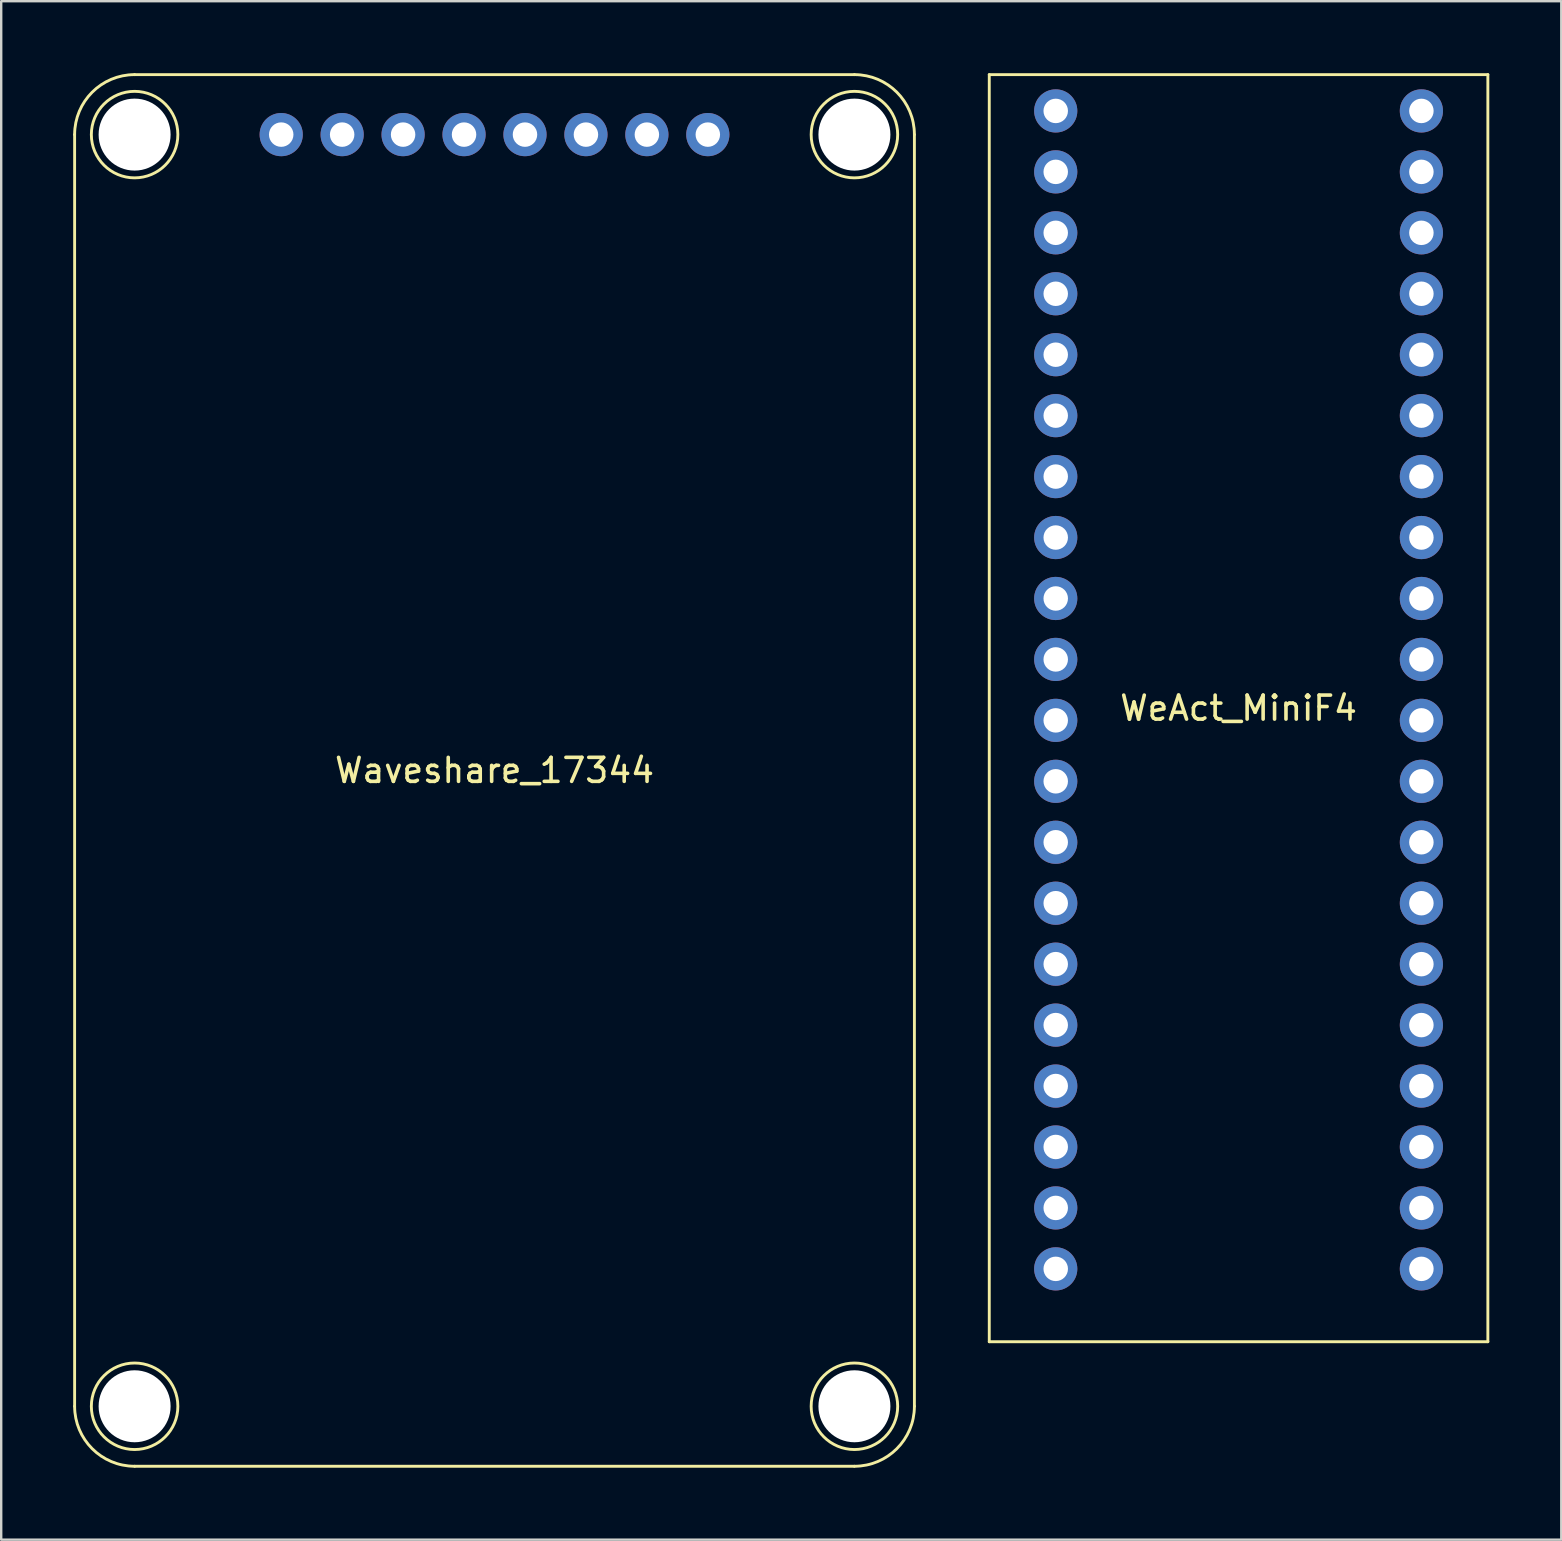
<source format=kicad_pcb>
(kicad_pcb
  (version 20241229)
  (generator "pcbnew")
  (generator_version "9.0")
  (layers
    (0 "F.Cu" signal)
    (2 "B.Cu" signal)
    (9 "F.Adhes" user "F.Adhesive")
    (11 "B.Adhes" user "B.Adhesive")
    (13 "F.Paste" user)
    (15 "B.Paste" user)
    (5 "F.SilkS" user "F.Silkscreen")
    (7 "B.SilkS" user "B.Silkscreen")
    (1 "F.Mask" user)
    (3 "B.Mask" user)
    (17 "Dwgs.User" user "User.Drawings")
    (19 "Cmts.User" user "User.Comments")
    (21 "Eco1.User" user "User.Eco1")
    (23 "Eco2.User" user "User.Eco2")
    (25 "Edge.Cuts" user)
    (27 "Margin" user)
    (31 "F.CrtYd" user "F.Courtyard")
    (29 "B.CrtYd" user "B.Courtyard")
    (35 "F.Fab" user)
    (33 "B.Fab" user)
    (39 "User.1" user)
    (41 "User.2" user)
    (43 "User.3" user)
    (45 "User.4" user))
  (footprint "WeAct_MiniF4"
    (layer "F.Cu")
    (at 48.57 26.465)
    (property "Reference" "WeAct_MiniF4" (at 0 0 0) (layer "F.SilkS") (effects (font (size 1 1) (thickness 0.15))))
    (attr through_hole)
    (fp_line (start -10.39 -26.405) (end -10.39 26.405) (stroke (width 0.12) (type solid)) (layer "F.SilkS"))
    (fp_line (start -10.39 -26.405) (end 10.39 -26.405) (stroke (width 0.12) (type solid)) (layer "F.SilkS"))
    (fp_line (start -10.39 26.405) (end 10.39 26.405) (stroke (width 0.12) (type solid)) (layer "F.SilkS"))
    (fp_line (start 10.39 -26.405) (end 10.39 26.405) (stroke (width 0.12) (type solid)) (layer "F.SilkS"))
    (pad "1" thru_hole circle (at -7.62 -24.892) (size 1.8 1.8) (drill 1.02) (layers "*.Cu" "*.Mask"))
    (pad "2" thru_hole circle (at -7.62 -22.352) (size 1.8 1.8) (drill 1.02) (layers "*.Cu" "*.Mask"))
    (pad "3" thru_hole circle (at -7.62 -19.812) (size 1.8 1.8) (drill 1.02) (layers "*.Cu" "*.Mask"))
    (pad "4" thru_hole circle (at -7.62 -17.272) (size 1.8 1.8) (drill 1.02) (layers "*.Cu" "*.Mask"))
    (pad "5" thru_hole circle (at -7.62 -14.732) (size 1.8 1.8) (drill 1.02) (layers "*.Cu" "*.Mask"))
    (pad "6" thru_hole circle (at -7.62 -12.192) (size 1.8 1.8) (drill 1.02) (layers "*.Cu" "*.Mask"))
    (pad "7" thru_hole circle (at -7.62 -9.652) (size 1.8 1.8) (drill 1.02) (layers "*.Cu" "*.Mask"))
    (pad "8" thru_hole circle (at -7.62 -7.112) (size 1.8 1.8) (drill 1.02) (layers "*.Cu" "*.Mask"))
    (pad "9" thru_hole circle (at -7.62 -4.572) (size 1.8 1.8) (drill 1.02) (layers "*.Cu" "*.Mask"))
    (pad "10" thru_hole circle (at -7.62 -2.032) (size 1.8 1.8) (drill 1.02) (layers "*.Cu" "*.Mask"))
    (pad "11" thru_hole circle (at -7.62 0.508) (size 1.8 1.8) (drill 1.02) (layers "*.Cu" "*.Mask"))
    (pad "12" thru_hole circle (at -7.62 3.048) (size 1.8 1.8) (drill 1.02) (layers "*.Cu" "*.Mask"))
    (pad "13" thru_hole circle (at -7.62 5.588) (size 1.8 1.8) (drill 1.02) (layers "*.Cu" "*.Mask"))
    (pad "14" thru_hole circle (at -7.62 8.128) (size 1.8 1.8) (drill 1.02) (layers "*.Cu" "*.Mask"))
    (pad "15" thru_hole circle (at -7.62 10.668) (size 1.8 1.8) (drill 1.02) (layers "*.Cu" "*.Mask"))
    (pad "16" thru_hole circle (at -7.62 13.208) (size 1.8 1.8) (drill 1.02) (layers "*.Cu" "*.Mask"))
    (pad "17" thru_hole circle (at -7.62 15.748) (size 1.8 1.8) (drill 1.02) (layers "*.Cu" "*.Mask"))
    (pad "18" thru_hole circle (at -7.62 18.288) (size 1.8 1.8) (drill 1.02) (layers "*.Cu" "*.Mask"))
    (pad "19" thru_hole circle (at -7.62 20.828) (size 1.8 1.8) (drill 1.02) (layers "*.Cu" "*.Mask"))
    (pad "20" thru_hole circle (at -7.62 23.368) (size 1.8 1.8) (drill 1.02) (layers "*.Cu" "*.Mask"))
    (pad "21" thru_hole circle (at 7.62 23.368) (size 1.8 1.8) (drill 1.02) (layers "*.Cu" "*.Mask"))
    (pad "22" thru_hole circle (at 7.62 20.828) (size 1.8 1.8) (drill 1.02) (layers "*.Cu" "*.Mask"))
    (pad "23" thru_hole circle (at 7.62 18.288) (size 1.8 1.8) (drill 1.02) (layers "*.Cu" "*.Mask"))
    (pad "24" thru_hole circle (at 7.62 15.748) (size 1.8 1.8) (drill 1.02) (layers "*.Cu" "*.Mask"))
    (pad "25" thru_hole circle (at 7.62 13.208) (size 1.8 1.8) (drill 1.02) (layers "*.Cu" "*.Mask"))
    (pad "26" thru_hole circle (at 7.62 10.668) (size 1.8 1.8) (drill 1.02) (layers "*.Cu" "*.Mask"))
    (pad "27" thru_hole circle (at 7.62 8.128) (size 1.8 1.8) (drill 1.02) (layers "*.Cu" "*.Mask"))
    (pad "28" thru_hole circle (at 7.62 5.588) (size 1.8 1.8) (drill 1.02) (layers "*.Cu" "*.Mask"))
    (pad "29" thru_hole circle (at 7.62 3.048) (size 1.8 1.8) (drill 1.02) (layers "*.Cu" "*.Mask"))
    (pad "30" thru_hole circle (at 7.62 0.508) (size 1.8 1.8) (drill 1.02) (layers "*.Cu" "*.Mask"))
    (pad "31" thru_hole circle (at 7.62 -2.032) (size 1.8 1.8) (drill 1.02) (layers "*.Cu" "*.Mask"))
    (pad "32" thru_hole circle (at 7.62 -4.572) (size 1.8 1.8) (drill 1.02) (layers "*.Cu" "*.Mask"))
    (pad "33" thru_hole circle (at 7.62 -7.112) (size 1.8 1.8) (drill 1.02) (layers "*.Cu" "*.Mask"))
    (pad "34" thru_hole circle (at 7.62 -9.652) (size 1.8 1.8) (drill 1.02) (layers "*.Cu" "*.Mask"))
    (pad "35" thru_hole circle (at 7.62 -12.192) (size 1.8 1.8) (drill 1.02) (layers "*.Cu" "*.Mask"))
    (pad "36" thru_hole circle (at 7.62 -14.732) (size 1.8 1.8) (drill 1.02) (layers "*.Cu" "*.Mask"))
    (pad "37" thru_hole circle (at 7.62 -17.272) (size 1.8 1.8) (drill 1.02) (layers "*.Cu" "*.Mask"))
    (pad "38" thru_hole circle (at 7.62 -19.812) (size 1.8 1.8) (drill 1.02) (layers "*.Cu" "*.Mask"))
    (pad "39" thru_hole circle (at 7.62 -22.352) (size 1.8 1.8) (drill 1.02) (layers "*.Cu" "*.Mask"))
    (pad "40" thru_hole circle (at 7.62 -24.892) (size 1.8 1.8) (drill 1.02) (layers "*.Cu" "*.Mask")))
  (footprint "Waveshare_17344"
    (layer "F.Cu")
    (at 17.56 29.06)
    (property "Reference" "Waveshare_17344" (at 0 0 0) (layer "F.SilkS") (effects (font (size 1 1) (thickness 0.15))))
    (attr through_hole)
    (fp_line (start -17.5 -26.5) (end -17.5 26.5) (stroke (width 0.12) (type solid)) (layer "F.SilkS"))
    (fp_line (start -15 -29) (end 15 -29) (stroke (width 0.12) (type solid)) (layer "F.SilkS"))
    (fp_line (start -15 29) (end 15 29) (stroke (width 0.12) (type solid)) (layer "F.SilkS"))
    (fp_line (start 17.5 -26.5) (end 17.5 26.5) (stroke (width 0.12) (type solid)) (layer "F.SilkS"))
    (fp_arc (start -17.5 -26.5) (mid -16.767767 -28.267767) (end -15 -29) (stroke (width 0.12) (type solid)) (layer "F.SilkS"))
    (fp_arc (start -15 29) (mid -16.767767 28.267767) (end -17.5 26.5) (stroke (width 0.12) (type solid)) (layer "F.SilkS"))
    (fp_arc (start 15 -29) (mid 16.767767 -28.267767) (end 17.5 -26.5) (stroke (width 0.12) (type solid)) (layer "F.SilkS"))
    (fp_arc (start 17.5 26.5) (mid 16.767767 28.267767) (end 15 29) (stroke (width 0.12) (type solid)) (layer "F.SilkS"))
    (fp_circle (center -15 -26.5) (end -13.5 -27.5) (stroke (width 0.12) (type solid)) (fill no) (layer "F.SilkS"))
    (fp_circle (center -15 26.5) (end -13.5 25.5) (stroke (width 0.12) (type solid)) (fill no) (layer "F.SilkS"))
    (fp_circle (center 15 -26.5) (end 16.5 -27.5) (stroke (width 0.12) (type solid)) (fill no) (layer "F.SilkS"))
    (fp_circle (center 15 26.5) (end 16.5 25.5) (stroke (width 0.12) (type solid)) (fill no) (layer "F.SilkS"))
    (pad "" np_thru_hole circle (at -15 -26.5) (size 3 3) (drill 3) (layers "*.Cu" "*.Mask"))
    (pad "" np_thru_hole circle (at -15 26.5) (size 3 3) (drill 3) (layers "*.Cu" "*.Mask"))
    (pad "" np_thru_hole circle (at 15 -26.5) (size 3 3) (drill 3) (layers "*.Cu" "*.Mask"))
    (pad "" np_thru_hole circle (at 15 26.5) (size 3 3) (drill 3) (layers "*.Cu" "*.Mask"))
    (pad "1" thru_hole circle (at -8.89 -26.5) (size 1.8 1.8) (drill 1.02) (layers "*.Cu" "*.Mask"))
    (pad "2" thru_hole circle (at -6.35 -26.5) (size 1.8 1.8) (drill 1.02) (layers "*.Cu" "*.Mask"))
    (pad "3" thru_hole circle (at -3.81 -26.5) (size 1.8 1.8) (drill 1.02) (layers "*.Cu" "*.Mask"))
    (pad "4" thru_hole circle (at -1.27 -26.5) (size 1.8 1.8) (drill 1.02) (layers "*.Cu" "*.Mask"))
    (pad "5" thru_hole circle (at 1.27 -26.5) (size 1.8 1.8) (drill 1.02) (layers "*.Cu" "*.Mask"))
    (pad "6" thru_hole circle (at 3.81 -26.5) (size 1.8 1.8) (drill 1.02) (layers "*.Cu" "*.Mask"))
    (pad "7" thru_hole circle (at 6.35 -26.5) (size 1.8 1.8) (drill 1.02) (layers "*.Cu" "*.Mask"))
    (pad "8" thru_hole circle (at 8.89 -26.5) (size 1.8 1.8) (drill 1.02) (layers "*.Cu" "*.Mask")))
  (gr_rect
    (start -3 -3)
    (end 62.02 61.12)
    (stroke (width 0.1) (type default))
    (fill no)
    (layer "Edge.Cuts")))
</source>
